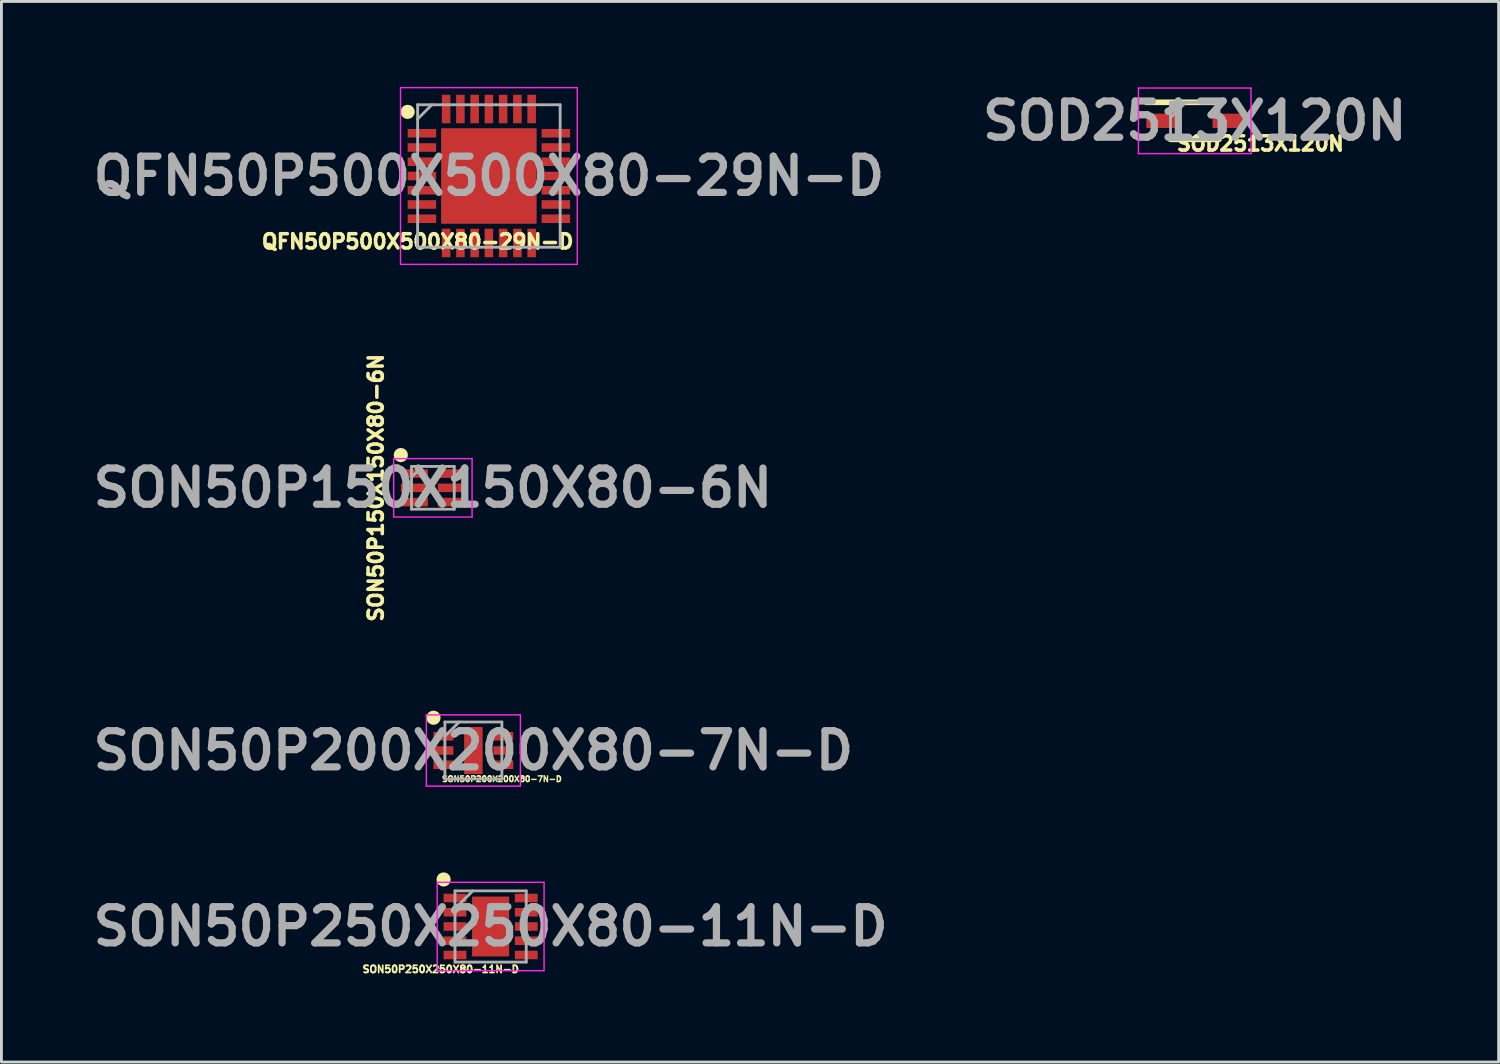
<source format=kicad_pcb>
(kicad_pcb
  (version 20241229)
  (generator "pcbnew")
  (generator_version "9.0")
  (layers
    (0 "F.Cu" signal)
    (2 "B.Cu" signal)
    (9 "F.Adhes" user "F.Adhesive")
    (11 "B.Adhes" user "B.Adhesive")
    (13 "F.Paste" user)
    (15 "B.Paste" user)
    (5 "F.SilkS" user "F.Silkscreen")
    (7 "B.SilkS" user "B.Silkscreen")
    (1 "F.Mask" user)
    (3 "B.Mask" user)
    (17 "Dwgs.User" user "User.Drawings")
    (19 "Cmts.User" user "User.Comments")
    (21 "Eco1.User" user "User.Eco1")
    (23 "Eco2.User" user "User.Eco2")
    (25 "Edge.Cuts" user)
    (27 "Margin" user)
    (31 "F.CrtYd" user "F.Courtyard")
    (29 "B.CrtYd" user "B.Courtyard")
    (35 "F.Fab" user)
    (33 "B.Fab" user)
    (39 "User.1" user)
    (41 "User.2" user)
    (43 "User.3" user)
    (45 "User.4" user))
  (footprint "SON50P200X200X80-7N-D"
    (layer "F.Cu")
    (at 13.559 23.282)
    (property "Reference" "SON50P200X200X80-7N-D" (at 1 1 0) (layer "F.SilkS") (effects (font (size 0.2 0.2) (thickness 0.05))))
    (attr smd)
    (fp_circle (center -1.4 -1.15) (end -1.4 -1.025) (stroke (width 0.25) (type solid)) (fill no) (layer "F.SilkS"))
    (fp_line (start -1.65 -1.25) (end 1.65 -1.25) (stroke (width 0.05) (type solid)) (layer "F.CrtYd"))
    (fp_line (start -1.65 1.25) (end -1.65 -1.25) (stroke (width 0.05) (type solid)) (layer "F.CrtYd"))
    (fp_line (start 1.65 -1.25) (end 1.65 1.25) (stroke (width 0.05) (type solid)) (layer "F.CrtYd"))
    (fp_line (start 1.65 1.25) (end -1.65 1.25) (stroke (width 0.05) (type solid)) (layer "F.CrtYd"))
    (fp_line (start -1 -1) (end 1 -1) (stroke (width 0.1) (type solid)) (layer "F.Fab"))
    (fp_line (start -1 -0.5) (end -0.5 -1) (stroke (width 0.1) (type solid)) (layer "F.Fab"))
    (fp_line (start -1 1) (end -1 -1) (stroke (width 0.1) (type solid)) (layer "F.Fab"))
    (fp_line (start 1 -1) (end 1 1) (stroke (width 0.1) (type solid)) (layer "F.Fab"))
    (fp_line (start 1 1) (end -1 1) (stroke (width 0.1) (type solid)) (layer "F.Fab"))
    (fp_text user "${REFERENCE}" (at 0 0 0) (layer "F.Fab") (effects (font (size 1.27 1.27) (thickness 0.254))))
    (pad "1" smd rect (at -1.05 -0.5 90) (size 0.3 0.7) (layers "F.Cu" "F.Paste"))
    (pad "2" smd rect (at -1.05 0 90) (size 0.3 0.7) (layers "F.Cu" "F.Paste"))
    (pad "3" smd rect (at -1.05 0.5 90) (size 0.3 0.7) (layers "F.Cu" "F.Paste"))
    (pad "4" smd rect (at 1.05 0.5 90) (size 0.3 0.7) (layers "F.Cu" "F.Paste"))
    (pad "5" smd rect (at 1.05 0 90) (size 0.3 0.7) (layers "F.Cu" "F.Paste"))
    (pad "6" smd rect (at 1.05 -0.5 90) (size 0.3 0.7) (layers "F.Cu" "F.Paste"))
    (pad "7" smd rect (at 0 0) (size 0.65 1.65) (layers "F.Cu" "F.Paste")))
  (footprint "SOD2513X120N"
    (layer "F.Cu")
    (at 38.868 1.189)
    (property "Reference" "SOD2513X120N" (at 2.3 0.8 0) (layer "F.SilkS") (effects (font (size 0.5 0.5) (thickness 0.125))))
    (attr smd)
    (fp_line (start -1.7 -0.65) (end 0.85 -0.65) (stroke (width 0.2) (type solid)) (layer "F.SilkS"))
    (fp_line (start -0.85 0.65) (end 0.85 0.65) (stroke (width 0.2) (type solid)) (layer "F.SilkS"))
    (fp_line (start -1.975 -1.15) (end 1.975 -1.15) (stroke (width 0.05) (type solid)) (layer "F.CrtYd"))
    (fp_line (start -1.975 1.15) (end -1.975 -1.15) (stroke (width 0.05) (type solid)) (layer "F.CrtYd"))
    (fp_line (start 1.975 -1.15) (end 1.975 1.15) (stroke (width 0.05) (type solid)) (layer "F.CrtYd"))
    (fp_line (start 1.975 1.15) (end -1.975 1.15) (stroke (width 0.05) (type solid)) (layer "F.CrtYd"))
    (fp_line (start -0.85 -0.65) (end 0.85 -0.65) (stroke (width 0.1) (type solid)) (layer "F.Fab"))
    (fp_line (start -0.85 -0.112) (end -0.312 -0.65) (stroke (width 0.1) (type solid)) (layer "F.Fab"))
    (fp_line (start -0.85 0.65) (end -0.85 -0.65) (stroke (width 0.1) (type solid)) (layer "F.Fab"))
    (fp_line (start 0.85 -0.65) (end 0.85 0.65) (stroke (width 0.1) (type solid)) (layer "F.Fab"))
    (fp_line (start 0.85 0.65) (end -0.85 0.65) (stroke (width 0.1) (type solid)) (layer "F.Fab"))
    (fp_text user "${REFERENCE}" (at 0 0 0) (layer "F.Fab") (effects (font (size 1.27 1.27) (thickness 0.254))))
    (pad "1" smd rect (at -1.162 0 90) (size 0.5 1.075) (layers "F.Cu" "F.Paste"))
    (pad "2" smd rect (at 1.162 0 90) (size 0.5 1.075) (layers "F.Cu" "F.Paste")))
  (footprint "SON50P150X150X80-6N"
    (layer "F.Cu")
    (at 12.138 14.066)
    (property "Reference" "SON50P150X150X80-6N" (at -2 0 90) (layer "F.SilkS") (effects (font (size 0.5 0.5) (thickness 0.125))))
    (attr smd)
    (fp_circle (center -1.125 -1.15) (end -1.125 -1.025) (stroke (width 0.25) (type solid)) (fill no) (layer "F.SilkS"))
    (fp_line (start -1.375 -1.025) (end 1.375 -1.025) (stroke (width 0.05) (type solid)) (layer "F.CrtYd"))
    (fp_line (start -1.375 1.025) (end -1.375 -1.025) (stroke (width 0.05) (type solid)) (layer "F.CrtYd"))
    (fp_line (start 1.375 -1.025) (end 1.375 1.025) (stroke (width 0.05) (type solid)) (layer "F.CrtYd"))
    (fp_line (start 1.375 1.025) (end -1.375 1.025) (stroke (width 0.05) (type solid)) (layer "F.CrtYd"))
    (fp_line (start -0.75 -0.75) (end 0.75 -0.75) (stroke (width 0.1) (type solid)) (layer "F.Fab"))
    (fp_line (start -0.75 -0.375) (end -0.375 -0.75) (stroke (width 0.1) (type solid)) (layer "F.Fab"))
    (fp_line (start -0.75 0.75) (end -0.75 -0.75) (stroke (width 0.1) (type solid)) (layer "F.Fab"))
    (fp_line (start 0.75 -0.75) (end 0.75 0.75) (stroke (width 0.1) (type solid)) (layer "F.Fab"))
    (fp_line (start 0.75 0.75) (end -0.75 0.75) (stroke (width 0.1) (type solid)) (layer "F.Fab"))
    (fp_text user "${REFERENCE}" (at 0 0 0) (layer "F.Fab") (effects (font (size 1.27 1.27) (thickness 0.254))))
    (pad "1" smd rect (at -0.65 -0.5 90) (size 0.3 0.95) (layers "F.Cu" "F.Mask" "F.Paste"))
    (pad "2" smd rect (at -0.65 0 90) (size 0.3 0.95) (layers "F.Cu" "F.Mask" "F.Paste"))
    (pad "3" smd rect (at -0.65 0.5 90) (size 0.3 0.95) (layers "F.Cu" "F.Mask" "F.Paste"))
    (pad "4" smd rect (at 0.65 0.5 90) (size 0.3 0.95) (layers "F.Cu" "F.Mask" "F.Paste"))
    (pad "5" smd rect (at 0.65 0 90) (size 0.3 0.95) (layers "F.Cu" "F.Mask" "F.Paste"))
    (pad "6" smd rect (at 0.65 -0.5 90) (size 0.3 0.95) (layers "F.Cu" "F.Mask" "F.Paste")))
  (footprint "SON50P250X250X80-11N-D"
    (layer "F.Cu")
    (at 14.164 29.457)
    (property "Reference" "SON50P250X250X80-11N-D" (at -1.75 1.5 0) (layer "F.SilkS") (effects (font (size 0.25 0.25) (thickness 0.062))))
    (attr smd)
    (fp_circle (center -1.65 -1.65) (end -1.65 -1.525) (stroke (width 0.25) (type solid)) (fill no) (layer "F.SilkS"))
    (fp_line (start -1.875 -1.55) (end 1.875 -1.55) (stroke (width 0.05) (type solid)) (layer "F.CrtYd"))
    (fp_line (start -1.875 1.55) (end -1.875 -1.55) (stroke (width 0.05) (type solid)) (layer "F.CrtYd"))
    (fp_line (start 1.875 -1.55) (end 1.875 1.55) (stroke (width 0.05) (type solid)) (layer "F.CrtYd"))
    (fp_line (start 1.875 1.55) (end -1.875 1.55) (stroke (width 0.05) (type solid)) (layer "F.CrtYd"))
    (fp_line (start -1.25 -1.25) (end 1.25 -1.25) (stroke (width 0.1) (type solid)) (layer "F.Fab"))
    (fp_line (start -1.25 -0.625) (end -0.625 -1.25) (stroke (width 0.1) (type solid)) (layer "F.Fab"))
    (fp_line (start -1.25 1.25) (end -1.25 -1.25) (stroke (width 0.1) (type solid)) (layer "F.Fab"))
    (fp_line (start 1.25 -1.25) (end 1.25 1.25) (stroke (width 0.1) (type solid)) (layer "F.Fab"))
    (fp_line (start 1.25 1.25) (end -1.25 1.25) (stroke (width 0.1) (type solid)) (layer "F.Fab"))
    (fp_text user "${REFERENCE}" (at 0 0 180) (layer "F.Fab") (effects (font (size 1.27 1.27) (thickness 0.254))))
    (pad "1" smd rect (at -1.25 -1 90) (size 0.3 0.8) (layers "F.Cu" "F.Mask" "F.Paste"))
    (pad "2" smd rect (at -1.25 -0.5 90) (size 0.3 0.8) (layers "F.Cu" "F.Mask" "F.Paste"))
    (pad "3" smd rect (at -1.25 0 90) (size 0.3 0.8) (layers "F.Cu" "F.Mask" "F.Paste"))
    (pad "4" smd rect (at -1.25 0.5 90) (size 0.3 0.8) (layers "F.Cu" "F.Mask" "F.Paste"))
    (pad "5" smd rect (at -1.25 1 90) (size 0.3 0.8) (layers "F.Cu" "F.Mask" "F.Paste"))
    (pad "6" smd rect (at 1.25 1 90) (size 0.3 0.8) (layers "F.Cu" "F.Mask" "F.Paste"))
    (pad "7" smd rect (at 1.25 0.5 90) (size 0.3 0.8) (layers "F.Cu" "F.Mask" "F.Paste"))
    (pad "8" smd rect (at 1.25 0 90) (size 0.3 0.8) (layers "F.Cu" "F.Mask" "F.Paste"))
    (pad "9" smd rect (at 1.25 -0.5 90) (size 0.3 0.8) (layers "F.Cu" "F.Mask" "F.Paste"))
    (pad "10" smd rect (at 1.25 -1 90) (size 0.3 0.8) (layers "F.Cu" "F.Mask" "F.Paste"))
    (pad "11" smd rect (at 0 0) (size 1.3 2.1) (layers "F.Cu" "F.Mask" "F.Paste")))
  (footprint "QFN50P500X500X80-29N-D"
    (layer "F.Cu")
    (at 14.103 3.125)
    (property "Reference" "QFN50P500X500X80-29N-D" (at -2.5 2.3 0) (layer "F.SilkS") (effects (font (size 0.5 0.5) (thickness 0.125))))
    (attr smd)
    (fp_circle (center -2.85 -2.25) (end -2.85 -2.125) (stroke (width 0.25) (type solid)) (fill no) (layer "F.SilkS"))
    (fp_line (start -3.1 -3.1) (end 3.1 -3.1) (stroke (width 0.05) (type solid)) (layer "F.CrtYd"))
    (fp_line (start -3.1 3.1) (end -3.1 -3.1) (stroke (width 0.05) (type solid)) (layer "F.CrtYd"))
    (fp_line (start 3.1 -3.1) (end 3.1 3.1) (stroke (width 0.05) (type solid)) (layer "F.CrtYd"))
    (fp_line (start 3.1 3.1) (end -3.1 3.1) (stroke (width 0.05) (type solid)) (layer "F.CrtYd"))
    (fp_line (start -2.5 -2.5) (end 2.5 -2.5) (stroke (width 0.1) (type solid)) (layer "F.Fab"))
    (fp_line (start -2.5 -2) (end -2 -2.5) (stroke (width 0.1) (type solid)) (layer "F.Fab"))
    (fp_line (start -2.5 2.5) (end -2.5 -2.5) (stroke (width 0.1) (type solid)) (layer "F.Fab"))
    (fp_line (start 2.5 -2.5) (end 2.5 2.5) (stroke (width 0.1) (type solid)) (layer "F.Fab"))
    (fp_line (start 2.5 2.5) (end -2.5 2.5) (stroke (width 0.1) (type solid)) (layer "F.Fab"))
    (fp_text user "${REFERENCE}" (at 0 0 0) (layer "F.Fab") (effects (font (size 1.27 1.27) (thickness 0.254))))
    (pad "1" smd rect (at -2.35 -1.5 90) (size 0.3 1) (layers "F.Cu" "F.Paste"))
    (pad "2" smd rect (at -2.35 -1 90) (size 0.3 1) (layers "F.Cu" "F.Paste"))
    (pad "3" smd rect (at -2.35 -0.5 90) (size 0.3 1) (layers "F.Cu" "F.Paste"))
    (pad "4" smd rect (at -2.35 0 90) (size 0.3 1) (layers "F.Cu" "F.Paste"))
    (pad "5" smd rect (at -2.35 0.5 90) (size 0.3 1) (layers "F.Cu" "F.Paste"))
    (pad "6" smd rect (at -2.35 1 90) (size 0.3 1) (layers "F.Cu" "F.Paste"))
    (pad "7" smd rect (at -2.35 1.5 90) (size 0.3 1) (layers "F.Cu" "F.Paste"))
    (pad "8" smd rect (at -1.5 2.35) (size 0.3 1) (layers "F.Cu" "F.Paste"))
    (pad "9" smd rect (at -1 2.35) (size 0.3 1) (layers "F.Cu" "F.Paste"))
    (pad "10" smd rect (at -0.5 2.35) (size 0.3 1) (layers "F.Cu" "F.Paste"))
    (pad "11" smd rect (at 0 2.35) (size 0.3 1) (layers "F.Cu" "F.Paste"))
    (pad "12" smd rect (at 0.5 2.35) (size 0.3 1) (layers "F.Cu" "F.Paste"))
    (pad "13" smd rect (at 1 2.35) (size 0.3 1) (layers "F.Cu" "F.Paste"))
    (pad "14" smd rect (at 1.5 2.35) (size 0.3 1) (layers "F.Cu" "F.Paste"))
    (pad "15" smd rect (at 2.35 1.5 90) (size 0.3 1) (layers "F.Cu" "F.Paste"))
    (pad "16" smd rect (at 2.35 1 90) (size 0.3 1) (layers "F.Cu" "F.Paste"))
    (pad "17" smd rect (at 2.35 0.5 90) (size 0.3 1) (layers "F.Cu" "F.Paste"))
    (pad "18" smd rect (at 2.35 0 90) (size 0.3 1) (layers "F.Cu" "F.Paste"))
    (pad "19" smd rect (at 2.35 -0.5 90) (size 0.3 1) (layers "F.Cu" "F.Paste"))
    (pad "20" smd rect (at 2.35 -1 90) (size 0.3 1) (layers "F.Cu" "F.Paste"))
    (pad "21" smd rect (at 2.35 -1.5 90) (size 0.3 1) (layers "F.Cu" "F.Paste"))
    (pad "22" smd rect (at 1.5 -2.35) (size 0.3 1) (layers "F.Cu" "F.Paste"))
    (pad "23" smd rect (at 1 -2.35) (size 0.3 1) (layers "F.Cu" "F.Paste"))
    (pad "24" smd rect (at 0.5 -2.35) (size 0.3 1) (layers "F.Cu" "F.Paste"))
    (pad "25" smd rect (at 0 -2.35) (size 0.3 1) (layers "F.Cu" "F.Paste"))
    (pad "26" smd rect (at -0.5 -2.35) (size 0.3 1) (layers "F.Cu" "F.Paste"))
    (pad "27" smd rect (at -1 -2.35) (size 0.3 1) (layers "F.Cu" "F.Paste"))
    (pad "28" smd rect (at -1.5 -2.35) (size 0.3 1) (layers "F.Cu" "F.Paste"))
    (pad "29" smd rect (at 0 0) (size 3.35 3.35) (layers "F.Cu" "F.Paste")))
  (gr_rect
    (start -3 -3)
    (end 49.531 34.213)
    (stroke (width 0.1) (type default))
    (fill no)
    (layer "Edge.Cuts")))
</source>
